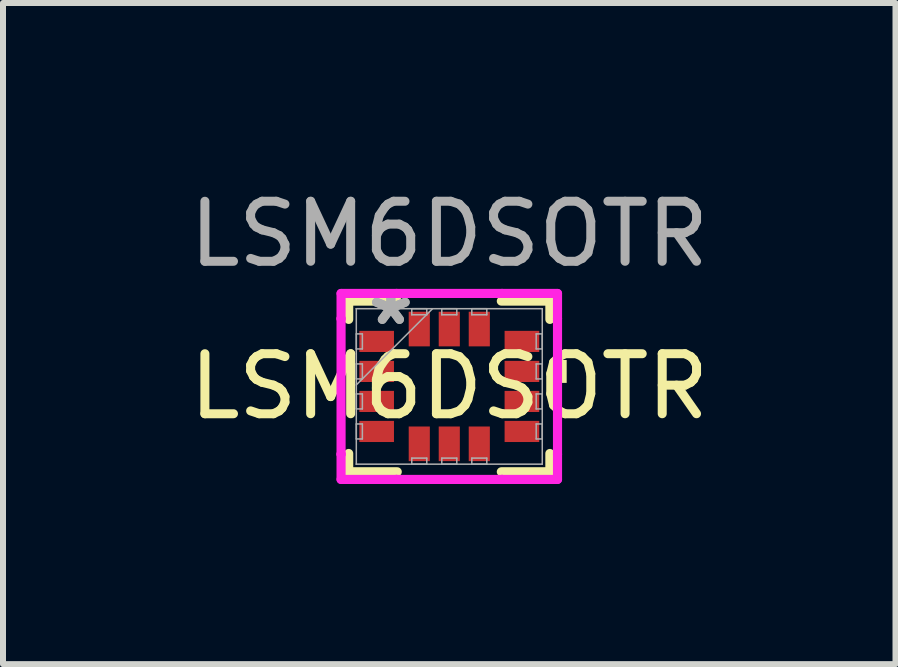
<source format=kicad_pcb>
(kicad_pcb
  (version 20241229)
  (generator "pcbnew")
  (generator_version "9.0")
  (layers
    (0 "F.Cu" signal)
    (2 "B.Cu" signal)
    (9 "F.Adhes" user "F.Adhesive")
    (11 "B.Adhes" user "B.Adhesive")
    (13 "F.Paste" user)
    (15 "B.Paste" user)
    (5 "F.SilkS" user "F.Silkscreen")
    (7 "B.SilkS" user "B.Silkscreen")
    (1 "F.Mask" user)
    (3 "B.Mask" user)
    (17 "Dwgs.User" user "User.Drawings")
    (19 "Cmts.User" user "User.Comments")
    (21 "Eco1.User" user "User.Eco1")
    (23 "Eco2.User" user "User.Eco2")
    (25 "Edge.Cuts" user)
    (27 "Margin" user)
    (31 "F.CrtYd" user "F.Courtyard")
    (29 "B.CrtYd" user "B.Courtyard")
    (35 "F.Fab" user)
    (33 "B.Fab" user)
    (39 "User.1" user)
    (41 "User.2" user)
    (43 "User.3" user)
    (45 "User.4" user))
  (footprint "LSM6DSOTR"
    (layer "F.Cu")
    (at 4.435 3.388)
    (property "Reference" "LSM6DSOTR" (at 0 0 0) (unlocked yes) (layer "F.SilkS") (effects (font (size 1 1) (thickness 0.15))))
    (attr smd)
    (fp_line (start -1.676 -1.422) (end -1.676 -1.117) (stroke (width 0.152) (type solid)) (layer "F.SilkS"))
    (fp_line (start -1.676 1.117) (end -1.676 1.422) (stroke (width 0.152) (type solid)) (layer "F.SilkS"))
    (fp_line (start -1.676 1.422) (end -0.867 1.422) (stroke (width 0.152) (type solid)) (layer "F.SilkS"))
    (fp_line (start -0.867 -1.422) (end -1.676 -1.422) (stroke (width 0.152) (type solid)) (layer "F.SilkS"))
    (fp_line (start 0.867 1.422) (end 1.676 1.422) (stroke (width 0.152) (type solid)) (layer "F.SilkS"))
    (fp_line (start 1.676 -1.422) (end 0.867 -1.422) (stroke (width 0.152) (type solid)) (layer "F.SilkS"))
    (fp_line (start 1.676 -1.117) (end 1.676 -1.422) (stroke (width 0.152) (type solid)) (layer "F.SilkS"))
    (fp_line (start 1.676 1.422) (end 1.676 1.117) (stroke (width 0.152) (type solid)) (layer "F.SilkS"))
    (fp_poly (pts (xy 1.956 -0.441) (xy 1.956 -0.059) (xy 1.702 -0.059) (xy 1.702 -0.441)) (stroke (width 0) (type solid)) (fill yes) (layer "F.SilkS"))
    (fp_line (start -1.803 -1.549) (end -0.879 -1.549) (stroke (width 0.152) (type solid)) (layer "F.CrtYd"))
    (fp_line (start -1.803 -1.129) (end -1.803 -1.549) (stroke (width 0.152) (type solid)) (layer "F.CrtYd"))
    (fp_line (start -1.803 -1.129) (end -1.803 -1.129) (stroke (width 0.152) (type solid)) (layer "F.CrtYd"))
    (fp_line (start -1.803 1.129) (end -1.803 -1.129) (stroke (width 0.152) (type solid)) (layer "F.CrtYd"))
    (fp_line (start -1.803 1.129) (end -1.803 1.129) (stroke (width 0.152) (type solid)) (layer "F.CrtYd"))
    (fp_line (start -1.803 1.549) (end -1.803 1.129) (stroke (width 0.152) (type solid)) (layer "F.CrtYd"))
    (fp_line (start -0.879 -1.549) (end -0.879 -1.549) (stroke (width 0.152) (type solid)) (layer "F.CrtYd"))
    (fp_line (start -0.879 -1.549) (end 0.879 -1.549) (stroke (width 0.152) (type solid)) (layer "F.CrtYd"))
    (fp_line (start -0.879 1.549) (end -1.803 1.549) (stroke (width 0.152) (type solid)) (layer "F.CrtYd"))
    (fp_line (start -0.879 1.549) (end -0.879 1.549) (stroke (width 0.152) (type solid)) (layer "F.CrtYd"))
    (fp_line (start 0.879 -1.549) (end 0.879 -1.549) (stroke (width 0.152) (type solid)) (layer "F.CrtYd"))
    (fp_line (start 0.879 -1.549) (end 1.803 -1.549) (stroke (width 0.152) (type solid)) (layer "F.CrtYd"))
    (fp_line (start 0.879 1.549) (end -0.879 1.549) (stroke (width 0.152) (type solid)) (layer "F.CrtYd"))
    (fp_line (start 0.879 1.549) (end 0.879 1.549) (stroke (width 0.152) (type solid)) (layer "F.CrtYd"))
    (fp_line (start 1.803 -1.549) (end 1.803 -1.129) (stroke (width 0.152) (type solid)) (layer "F.CrtYd"))
    (fp_line (start 1.803 -1.129) (end 1.803 -1.129) (stroke (width 0.152) (type solid)) (layer "F.CrtYd"))
    (fp_line (start 1.803 -1.129) (end 1.803 1.129) (stroke (width 0.152) (type solid)) (layer "F.CrtYd"))
    (fp_line (start 1.803 1.129) (end 1.803 1.129) (stroke (width 0.152) (type solid)) (layer "F.CrtYd"))
    (fp_line (start 1.803 1.129) (end 1.803 1.549) (stroke (width 0.152) (type solid)) (layer "F.CrtYd"))
    (fp_line (start 1.803 1.549) (end 0.879 1.549) (stroke (width 0.152) (type solid)) (layer "F.CrtYd"))
    (fp_line (start -1.549 -1.295) (end -1.549 -1.295) (stroke (width 0.025) (type solid)) (layer "F.Fab"))
    (fp_line (start -1.549 -1.295) (end -1.549 1.295) (stroke (width 0.025) (type solid)) (layer "F.Fab"))
    (fp_line (start -1.549 -0.875) (end -1.448 -0.875) (stroke (width 0.025) (type solid)) (layer "F.Fab"))
    (fp_line (start -1.549 -0.625) (end -1.549 -0.875) (stroke (width 0.025) (type solid)) (layer "F.Fab"))
    (fp_line (start -1.549 -0.375) (end -1.448 -0.375) (stroke (width 0.025) (type solid)) (layer "F.Fab"))
    (fp_line (start -1.549 -0.125) (end -1.549 -0.375) (stroke (width 0.025) (type solid)) (layer "F.Fab"))
    (fp_line (start -1.549 -0.025) (end -0.279 -1.295) (stroke (width 0.025) (type solid)) (layer "F.Fab"))
    (fp_line (start -1.549 0.125) (end -1.448 0.125) (stroke (width 0.025) (type solid)) (layer "F.Fab"))
    (fp_line (start -1.549 0.375) (end -1.549 0.125) (stroke (width 0.025) (type solid)) (layer "F.Fab"))
    (fp_line (start -1.549 0.625) (end -1.448 0.625) (stroke (width 0.025) (type solid)) (layer "F.Fab"))
    (fp_line (start -1.549 0.875) (end -1.549 0.625) (stroke (width 0.025) (type solid)) (layer "F.Fab"))
    (fp_line (start -1.549 1.295) (end -1.549 1.295) (stroke (width 0.025) (type solid)) (layer "F.Fab"))
    (fp_line (start -1.549 1.295) (end 1.549 1.295) (stroke (width 0.025) (type solid)) (layer "F.Fab"))
    (fp_line (start -1.448 -0.875) (end -1.448 -0.625) (stroke (width 0.025) (type solid)) (layer "F.Fab"))
    (fp_line (start -1.448 -0.625) (end -1.549 -0.625) (stroke (width 0.025) (type solid)) (layer "F.Fab"))
    (fp_line (start -1.448 -0.375) (end -1.448 -0.125) (stroke (width 0.025) (type solid)) (layer "F.Fab"))
    (fp_line (start -1.448 -0.125) (end -1.549 -0.125) (stroke (width 0.025) (type solid)) (layer "F.Fab"))
    (fp_line (start -1.448 0.125) (end -1.448 0.375) (stroke (width 0.025) (type solid)) (layer "F.Fab"))
    (fp_line (start -1.448 0.375) (end -1.549 0.375) (stroke (width 0.025) (type solid)) (layer "F.Fab"))
    (fp_line (start -1.448 0.625) (end -1.448 0.875) (stroke (width 0.025) (type solid)) (layer "F.Fab"))
    (fp_line (start -1.448 0.875) (end -1.549 0.875) (stroke (width 0.025) (type solid)) (layer "F.Fab"))
    (fp_line (start -0.625 -1.295) (end -0.375 -1.295) (stroke (width 0.025) (type solid)) (layer "F.Fab"))
    (fp_line (start -0.625 -1.194) (end -0.625 -1.295) (stroke (width 0.025) (type solid)) (layer "F.Fab"))
    (fp_line (start -0.625 1.194) (end -0.375 1.194) (stroke (width 0.025) (type solid)) (layer "F.Fab"))
    (fp_line (start -0.625 1.295) (end -0.625 1.194) (stroke (width 0.025) (type solid)) (layer "F.Fab"))
    (fp_line (start -0.375 -1.295) (end -0.375 -1.194) (stroke (width 0.025) (type solid)) (layer "F.Fab"))
    (fp_line (start -0.375 -1.194) (end -0.625 -1.194) (stroke (width 0.025) (type solid)) (layer "F.Fab"))
    (fp_line (start -0.375 1.194) (end -0.375 1.295) (stroke (width 0.025) (type solid)) (layer "F.Fab"))
    (fp_line (start -0.375 1.295) (end -0.625 1.295) (stroke (width 0.025) (type solid)) (layer "F.Fab"))
    (fp_line (start -0.125 -1.295) (end 0.125 -1.295) (stroke (width 0.025) (type solid)) (layer "F.Fab"))
    (fp_line (start -0.125 -1.194) (end -0.125 -1.295) (stroke (width 0.025) (type solid)) (layer "F.Fab"))
    (fp_line (start -0.125 1.194) (end 0.125 1.194) (stroke (width 0.025) (type solid)) (layer "F.Fab"))
    (fp_line (start -0.125 1.295) (end -0.125 1.194) (stroke (width 0.025) (type solid)) (layer "F.Fab"))
    (fp_line (start 0.125 -1.295) (end 0.125 -1.194) (stroke (width 0.025) (type solid)) (layer "F.Fab"))
    (fp_line (start 0.125 -1.194) (end -0.125 -1.194) (stroke (width 0.025) (type solid)) (layer "F.Fab"))
    (fp_line (start 0.125 1.194) (end 0.125 1.295) (stroke (width 0.025) (type solid)) (layer "F.Fab"))
    (fp_line (start 0.125 1.295) (end -0.125 1.295) (stroke (width 0.025) (type solid)) (layer "F.Fab"))
    (fp_line (start 0.375 -1.295) (end 0.625 -1.295) (stroke (width 0.025) (type solid)) (layer "F.Fab"))
    (fp_line (start 0.375 -1.194) (end 0.375 -1.295) (stroke (width 0.025) (type solid)) (layer "F.Fab"))
    (fp_line (start 0.375 1.194) (end 0.625 1.194) (stroke (width 0.025) (type solid)) (layer "F.Fab"))
    (fp_line (start 0.375 1.295) (end 0.375 1.194) (stroke (width 0.025) (type solid)) (layer "F.Fab"))
    (fp_line (start 0.625 -1.295) (end 0.625 -1.194) (stroke (width 0.025) (type solid)) (layer "F.Fab"))
    (fp_line (start 0.625 -1.194) (end 0.375 -1.194) (stroke (width 0.025) (type solid)) (layer "F.Fab"))
    (fp_line (start 0.625 1.194) (end 0.625 1.295) (stroke (width 0.025) (type solid)) (layer "F.Fab"))
    (fp_line (start 0.625 1.295) (end 0.375 1.295) (stroke (width 0.025) (type solid)) (layer "F.Fab"))
    (fp_line (start 1.448 -0.875) (end 1.549 -0.875) (stroke (width 0.025) (type solid)) (layer "F.Fab"))
    (fp_line (start 1.448 -0.625) (end 1.448 -0.875) (stroke (width 0.025) (type solid)) (layer "F.Fab"))
    (fp_line (start 1.448 -0.375) (end 1.549 -0.375) (stroke (width 0.025) (type solid)) (layer "F.Fab"))
    (fp_line (start 1.448 -0.125) (end 1.448 -0.375) (stroke (width 0.025) (type solid)) (layer "F.Fab"))
    (fp_line (start 1.448 0.125) (end 1.549 0.125) (stroke (width 0.025) (type solid)) (layer "F.Fab"))
    (fp_line (start 1.448 0.375) (end 1.448 0.125) (stroke (width 0.025) (type solid)) (layer "F.Fab"))
    (fp_line (start 1.448 0.625) (end 1.549 0.625) (stroke (width 0.025) (type solid)) (layer "F.Fab"))
    (fp_line (start 1.448 0.875) (end 1.448 0.625) (stroke (width 0.025) (type solid)) (layer "F.Fab"))
    (fp_line (start 1.549 -1.295) (end -1.549 -1.295) (stroke (width 0.025) (type solid)) (layer "F.Fab"))
    (fp_line (start 1.549 -1.295) (end 1.549 -1.295) (stroke (width 0.025) (type solid)) (layer "F.Fab"))
    (fp_line (start 1.549 -0.875) (end 1.549 -0.625) (stroke (width 0.025) (type solid)) (layer "F.Fab"))
    (fp_line (start 1.549 -0.625) (end 1.448 -0.625) (stroke (width 0.025) (type solid)) (layer "F.Fab"))
    (fp_line (start 1.549 -0.375) (end 1.549 -0.125) (stroke (width 0.025) (type solid)) (layer "F.Fab"))
    (fp_line (start 1.549 -0.125) (end 1.448 -0.125) (stroke (width 0.025) (type solid)) (layer "F.Fab"))
    (fp_line (start 1.549 0.125) (end 1.549 0.375) (stroke (width 0.025) (type solid)) (layer "F.Fab"))
    (fp_line (start 1.549 0.375) (end 1.448 0.375) (stroke (width 0.025) (type solid)) (layer "F.Fab"))
    (fp_line (start 1.549 0.625) (end 1.549 0.875) (stroke (width 0.025) (type solid)) (layer "F.Fab"))
    (fp_line (start 1.549 0.875) (end 1.448 0.875) (stroke (width 0.025) (type solid)) (layer "F.Fab"))
    (fp_line (start 1.549 1.295) (end 1.549 -1.295) (stroke (width 0.025) (type solid)) (layer "F.Fab"))
    (fp_line (start 1.549 1.295) (end 1.549 1.295) (stroke (width 0.025) (type solid)) (layer "F.Fab"))
    (fp_text user "*" (at -0.973 -1 0) (unlocked yes) (layer "F.Fab") (effects (font (size 1 1) (thickness 0.15))))
    (fp_text user "${REFERENCE}" (at 0 -2.54 0) (unlocked yes) (layer "F.Fab") (effects (font (size 1 1) (thickness 0.15))))
    (fp_text user "*" (at -0.973 -1 0) (layer "F.Fab") (effects (font (size 1 1) (thickness 0.15))))
    (pad "1" smd rect (at -1.21 -0.75 90) (size 0.352 0.577) (layers "F.Cu" "F.Mask" "F.Paste"))
    (pad "2" smd rect (at -1.21 -0.25 90) (size 0.352 0.577) (layers "F.Cu" "F.Mask" "F.Paste"))
    (pad "3" smd rect (at -1.21 0.25 90) (size 0.352 0.577) (layers "F.Cu" "F.Mask" "F.Paste"))
    (pad "4" smd rect (at -1.21 0.75 90) (size 0.352 0.577) (layers "F.Cu" "F.Mask" "F.Paste"))
    (pad "5" smd rect (at -0.5 0.956) (size 0.352 0.577) (layers "F.Cu" "F.Mask" "F.Paste"))
    (pad "6" smd rect (at 0 0.956) (size 0.352 0.577) (layers "F.Cu" "F.Mask" "F.Paste"))
    (pad "7" smd rect (at 0.5 0.956) (size 0.352 0.577) (layers "F.Cu" "F.Mask" "F.Paste"))
    (pad "8" smd rect (at 1.21 0.75 90) (size 0.352 0.577) (layers "F.Cu" "F.Mask" "F.Paste"))
    (pad "9" smd rect (at 1.21 0.25 90) (size 0.352 0.577) (layers "F.Cu" "F.Mask" "F.Paste"))
    (pad "10" smd rect (at 1.21 -0.25 90) (size 0.352 0.577) (layers "F.Cu" "F.Mask" "F.Paste"))
    (pad "11" smd rect (at 1.21 -0.75 90) (size 0.352 0.577) (layers "F.Cu" "F.Mask" "F.Paste"))
    (pad "12" smd rect (at 0.5 -0.956) (size 0.352 0.577) (layers "F.Cu" "F.Mask" "F.Paste"))
    (pad "13" smd rect (at 0 -0.956) (size 0.352 0.577) (layers "F.Cu" "F.Mask" "F.Paste"))
    (pad "14" smd rect (at -0.5 -0.956) (size 0.352 0.577) (layers "F.Cu" "F.Mask" "F.Paste")))
  (gr_rect
    (start -3 -3)
    (end 11.869 8.014)
    (stroke (width 0.1) (type default))
    (fill no)
    (layer "Edge.Cuts")))
</source>
